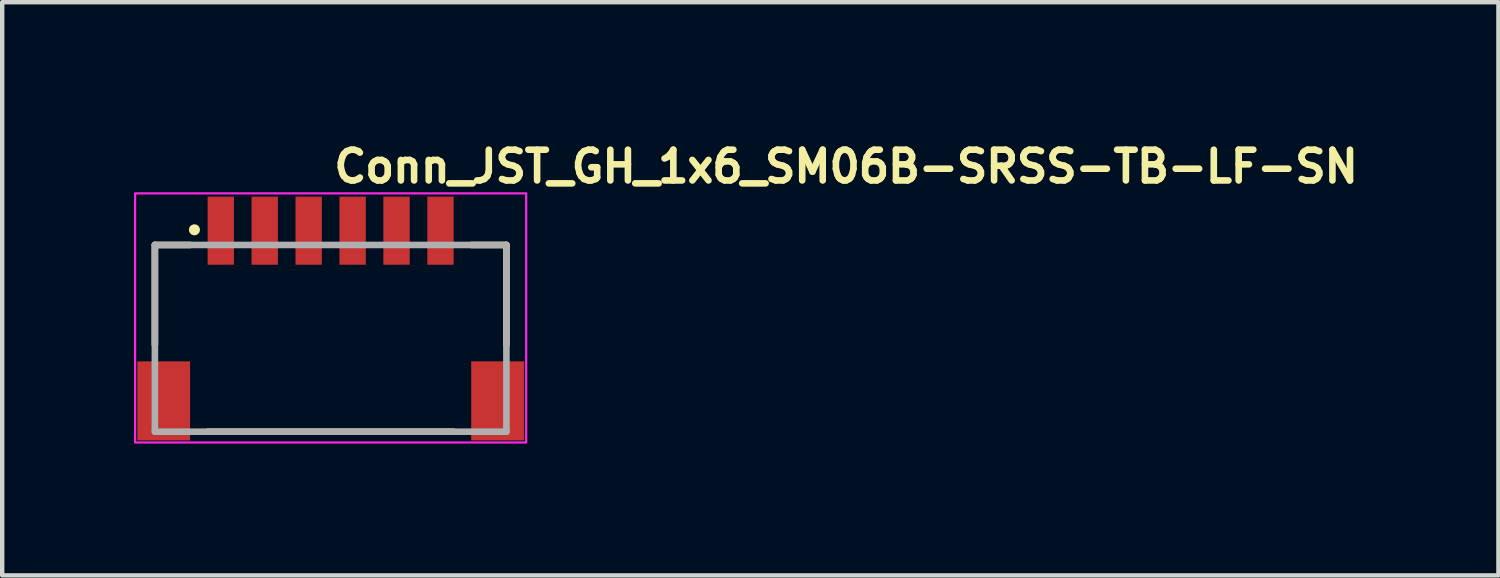
<source format=kicad_pcb>
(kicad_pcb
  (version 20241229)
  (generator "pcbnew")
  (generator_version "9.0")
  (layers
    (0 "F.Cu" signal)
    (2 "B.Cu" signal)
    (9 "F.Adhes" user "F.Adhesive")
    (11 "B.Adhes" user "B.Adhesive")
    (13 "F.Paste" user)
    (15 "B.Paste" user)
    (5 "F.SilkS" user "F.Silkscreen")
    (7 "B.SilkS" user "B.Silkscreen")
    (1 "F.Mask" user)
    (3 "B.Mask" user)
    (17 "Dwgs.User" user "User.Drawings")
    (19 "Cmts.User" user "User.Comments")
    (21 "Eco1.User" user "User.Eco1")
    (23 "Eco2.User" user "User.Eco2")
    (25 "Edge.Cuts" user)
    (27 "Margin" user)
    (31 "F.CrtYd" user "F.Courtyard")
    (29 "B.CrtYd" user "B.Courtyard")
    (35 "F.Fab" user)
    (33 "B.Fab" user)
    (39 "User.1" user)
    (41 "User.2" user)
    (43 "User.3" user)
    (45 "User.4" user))
  (footprint "Conn_JST_GH_1x6_SM06B-SRSS-TB-LF-SN"
    (layer "F.Cu")
    (at 4.475 4.3)
    (property "Reference" "Conn_JST_GH_1x6_SM06B-SRSS-TB-LF-SN" (at 0 -3.15 0) (layer "F.SilkS") (effects (font (size 0.7 0.7) (thickness 0.15)) (justify left bottom)))
    (attr smd)
    (fp_line (start -4 -1.775) (end -4 0.5) (stroke (width 0.15) (type solid)) (layer "F.SilkS"))
    (fp_line (start -3.2 -1.775) (end -4 -1.775) (stroke (width 0.15) (type solid)) (layer "F.SilkS"))
    (fp_line (start -2.799 2.475) (end 2.799 2.475) (stroke (width 0.15) (type solid)) (layer "F.SilkS"))
    (fp_line (start 3.2 -1.775) (end 4 -1.775) (stroke (width 0.15) (type solid)) (layer "F.SilkS"))
    (fp_line (start 4 -1.775) (end 4 0.5) (stroke (width 0.15) (type solid)) (layer "F.SilkS"))
    (fp_circle (center -3.1 -2.12) (end -3.05 -2.12) (stroke (width 0.15) (type solid)) (fill yes) (layer "F.SilkS"))
    (fp_rect (start -4.45 -2.95) (end 4.45 2.72) (stroke (width 0.05) (type solid)) (fill no) (layer "F.CrtYd"))
    (fp_line (start -4 -1.775) (end 4 -1.775) (stroke (width 0.15) (type solid)) (layer "F.Fab"))
    (fp_line (start -4 2.475) (end -4 -1.775) (stroke (width 0.15) (type solid)) (layer "F.Fab"))
    (fp_line (start 4 -1.775) (end 4 2.475) (stroke (width 0.15) (type solid)) (layer "F.Fab"))
    (fp_line (start 4 2.475) (end -4 2.475) (stroke (width 0.15) (type solid)) (layer "F.Fab"))
    (fp_rect (start -4 -2.475) (end 4 2.475) (stroke (width 0.1) (type solid)) (fill no) (layer "User.5"))
    (fp_line (start -4 -1.775) (end -4 -1.175) (stroke (width 0.02) (type solid)) (layer "User.9"))
    (fp_line (start -4 -1.175) (end -4 -1.125) (stroke (width 0.02) (type solid)) (layer "User.9"))
    (fp_line (start -4 -1.125) (end -4 -0.525) (stroke (width 0.02) (type solid)) (layer "User.9"))
    (fp_line (start -4 -0.326) (end -4 -0.525) (stroke (width 0.02) (type solid)) (layer "User.9"))
    (fp_line (start -4 -0.326) (end -3.9 -0.275) (stroke (width 0.02) (type solid)) (layer "User.9"))
    (fp_line (start -4 2.475) (end -4 -0.326) (stroke (width 0.02) (type solid)) (layer "User.9"))
    (fp_line (start -3.9 -0.275) (end -3.9 2.475) (stroke (width 0.02) (type solid)) (layer "User.9"))
    (fp_line (start -3.9 2.475) (end -4 2.475) (stroke (width 0.02) (type solid)) (layer "User.9"))
    (fp_line (start -3.7 -1.175) (end -4 -1.175) (stroke (width 0.02) (type solid)) (layer "User.9"))
    (fp_line (start -3.7 -1.125) (end -4 -1.125) (stroke (width 0.02) (type solid)) (layer "User.9"))
    (fp_line (start -3.7 -1.125) (end -3.7 -1.175) (stroke (width 0.02) (type solid)) (layer "User.9"))
    (fp_line (start -3.7 -0.525) (end -4 -0.525) (stroke (width 0.02) (type solid)) (layer "User.9"))
    (fp_line (start -3.7 -0.525) (end -3.7 -1.125) (stroke (width 0.02) (type solid)) (layer "User.9"))
    (fp_line (start -3.7 -0.525) (end -3.7 -0.275) (stroke (width 0.02) (type solid)) (layer "User.9"))
    (fp_line (start -3.7 -0.275) (end -3.9 -0.275) (stroke (width 0.02) (type solid)) (layer "User.9"))
    (fp_line (start -3.5 -1.775) (end -4 -1.775) (stroke (width 0.02) (type solid)) (layer "User.9"))
    (fp_line (start -3.5 -1.775) (end -3.5 -1.175) (stroke (width 0.02) (type solid)) (layer "User.9"))
    (fp_line (start -3.5 -1.775) (end -2.725 -1.775) (stroke (width 0.02) (type solid)) (layer "User.9"))
    (fp_line (start -3.5 -1.175) (end -3.45 -1.175) (stroke (width 0.02) (type solid)) (layer "User.9"))
    (fp_line (start -3.5 -0.275) (end -3.5 -1.175) (stroke (width 0.02) (type solid)) (layer "User.9"))
    (fp_line (start -3.45 -1.175) (end -3.45 -0.275) (stroke (width 0.02) (type solid)) (layer "User.9"))
    (fp_line (start -3.45 -0.275) (end -3.7 -0.275) (stroke (width 0.02) (type solid)) (layer "User.9"))
    (fp_line (start -2.575 -2.475) (end -2.575 -2.425) (stroke (width 0.02) (type solid)) (layer "User.9"))
    (fp_line (start -2.575 -2.475) (end -2.424 -2.475) (stroke (width 0.02) (type solid)) (layer "User.9"))
    (fp_line (start -2.575 -2.425) (end -2.575 -2) (stroke (width 0.02) (type solid)) (layer "User.9"))
    (fp_line (start -2.575 -2) (end -2.575 -1.626) (stroke (width 0.02) (type solid)) (layer "User.9"))
    (fp_line (start -2.575 -2) (end -2.424 -2) (stroke (width 0.02) (type solid)) (layer "User.9"))
    (fp_line (start -2.575 -1.626) (end -2.725 -1.775) (stroke (width 0.02) (type solid)) (layer "User.9"))
    (fp_line (start -2.575 -1.626) (end -2.575 -1.175) (stroke (width 0.02) (type solid)) (layer "User.9"))
    (fp_line (start -2.575 -1.175) (end -2.575 -1.626) (stroke (width 0.02) (type solid)) (layer "User.9"))
    (fp_line (start -2.424 -2.475) (end -2.424 -2.425) (stroke (width 0.02) (type solid)) (layer "User.9"))
    (fp_line (start -2.424 -2.425) (end -2.424 -2) (stroke (width 0.02) (type solid)) (layer "User.9"))
    (fp_line (start -2.424 -2) (end -2.424 -1.626) (stroke (width 0.02) (type solid)) (layer "User.9"))
    (fp_line (start -2.424 -1.626) (end -2.575 -1.626) (stroke (width 0.02) (type solid)) (layer "User.9"))
    (fp_line (start -2.424 -1.626) (end -2.424 -1.175) (stroke (width 0.02) (type solid)) (layer "User.9"))
    (fp_line (start -2.424 -1.175) (end -2.424 -1.626) (stroke (width 0.02) (type solid)) (layer "User.9"))
    (fp_line (start -2.275 -1.775) (end -2.424 -1.626) (stroke (width 0.02) (type solid)) (layer "User.9"))
    (fp_line (start -2.275 -1.775) (end -1.725 -1.775) (stroke (width 0.02) (type solid)) (layer "User.9"))
    (fp_line (start -1.575 -2.475) (end -1.575 -2.425) (stroke (width 0.02) (type solid)) (layer "User.9"))
    (fp_line (start -1.575 -2.475) (end -1.425 -2.475) (stroke (width 0.02) (type solid)) (layer "User.9"))
    (fp_line (start -1.575 -2.425) (end -1.575 -2) (stroke (width 0.02) (type solid)) (layer "User.9"))
    (fp_line (start -1.575 -2) (end -1.575 -1.626) (stroke (width 0.02) (type solid)) (layer "User.9"))
    (fp_line (start -1.575 -2) (end -1.425 -2) (stroke (width 0.02) (type solid)) (layer "User.9"))
    (fp_line (start -1.575 -1.626) (end -1.725 -1.775) (stroke (width 0.02) (type solid)) (layer "User.9"))
    (fp_line (start -1.575 -1.626) (end -1.575 -1.175) (stroke (width 0.02) (type solid)) (layer "User.9"))
    (fp_line (start -1.575 -1.175) (end -1.575 -1.626) (stroke (width 0.02) (type solid)) (layer "User.9"))
    (fp_line (start -1.425 -2.475) (end -1.425 -2.425) (stroke (width 0.02) (type solid)) (layer "User.9"))
    (fp_line (start -1.425 -2.425) (end -1.425 -2) (stroke (width 0.02) (type solid)) (layer "User.9"))
    (fp_line (start -1.425 -2) (end -1.425 -1.626) (stroke (width 0.02) (type solid)) (layer "User.9"))
    (fp_line (start -1.425 -1.626) (end -1.575 -1.626) (stroke (width 0.02) (type solid)) (layer "User.9"))
    (fp_line (start -1.425 -1.626) (end -1.425 -1.175) (stroke (width 0.02) (type solid)) (layer "User.9"))
    (fp_line (start -1.425 -1.175) (end -1.425 -1.626) (stroke (width 0.02) (type solid)) (layer "User.9"))
    (fp_line (start -1.274 -1.775) (end -1.425 -1.626) (stroke (width 0.02) (type solid)) (layer "User.9"))
    (fp_line (start -1.274 -1.775) (end -0.725 -1.775) (stroke (width 0.02) (type solid)) (layer "User.9"))
    (fp_line (start -0.725 -1.775) (end -0.575 -1.626) (stroke (width 0.02) (type solid)) (layer "User.9"))
    (fp_line (start -0.575 -2.475) (end -0.575 -2.425) (stroke (width 0.02) (type solid)) (layer "User.9"))
    (fp_line (start -0.575 -2.475) (end -0.425 -2.475) (stroke (width 0.02) (type solid)) (layer "User.9"))
    (fp_line (start -0.575 -2.425) (end -0.575 -2) (stroke (width 0.02) (type solid)) (layer "User.9"))
    (fp_line (start -0.575 -2) (end -0.575 -1.626) (stroke (width 0.02) (type solid)) (layer "User.9"))
    (fp_line (start -0.575 -2) (end -0.425 -2) (stroke (width 0.02) (type solid)) (layer "User.9"))
    (fp_line (start -0.575 -1.626) (end -0.575 -1.175) (stroke (width 0.02) (type solid)) (layer "User.9"))
    (fp_line (start -0.575 -1.626) (end -0.575 -1.175) (stroke (width 0.02) (type solid)) (layer "User.9"))
    (fp_line (start -0.425 -2.475) (end -0.425 -2.425) (stroke (width 0.02) (type solid)) (layer "User.9"))
    (fp_line (start -0.425 -2.425) (end -0.425 -2) (stroke (width 0.02) (type solid)) (layer "User.9"))
    (fp_line (start -0.425 -2) (end -0.425 -1.626) (stroke (width 0.02) (type solid)) (layer "User.9"))
    (fp_line (start -0.425 -1.626) (end -0.575 -1.626) (stroke (width 0.02) (type solid)) (layer "User.9"))
    (fp_line (start -0.425 -1.626) (end -0.275 -1.775) (stroke (width 0.02) (type solid)) (layer "User.9"))
    (fp_line (start -0.425 -1.175) (end -0.425 -1.626) (stroke (width 0.02) (type solid)) (layer "User.9"))
    (fp_line (start -0.425 -1.175) (end -0.425 -1.626) (stroke (width 0.02) (type solid)) (layer "User.9"))
    (fp_line (start -0.275 -1.775) (end 0.275 -1.775) (stroke (width 0.02) (type solid)) (layer "User.9"))
    (fp_line (start 0.275 -1.775) (end 0.425 -1.626) (stroke (width 0.02) (type solid)) (layer "User.9"))
    (fp_line (start 0.425 -2.475) (end 0.425 -2.425) (stroke (width 0.02) (type solid)) (layer "User.9"))
    (fp_line (start 0.425 -2.475) (end 0.575 -2.475) (stroke (width 0.02) (type solid)) (layer "User.9"))
    (fp_line (start 0.425 -2.425) (end 0.425 -2) (stroke (width 0.02) (type solid)) (layer "User.9"))
    (fp_line (start 0.425 -2) (end 0.425 -1.626) (stroke (width 0.02) (type solid)) (layer "User.9"))
    (fp_line (start 0.425 -2) (end 0.575 -2) (stroke (width 0.02) (type solid)) (layer "User.9"))
    (fp_line (start 0.425 -1.626) (end 0.425 -1.175) (stroke (width 0.02) (type solid)) (layer "User.9"))
    (fp_line (start 0.425 -1.626) (end 0.425 -1.175) (stroke (width 0.02) (type solid)) (layer "User.9"))
    (fp_line (start 0.575 -2.475) (end 0.575 -2.425) (stroke (width 0.02) (type solid)) (layer "User.9"))
    (fp_line (start 0.575 -2.425) (end 0.575 -2) (stroke (width 0.02) (type solid)) (layer "User.9"))
    (fp_line (start 0.575 -2) (end 0.575 -1.626) (stroke (width 0.02) (type solid)) (layer "User.9"))
    (fp_line (start 0.575 -1.626) (end 0.425 -1.626) (stroke (width 0.02) (type solid)) (layer "User.9"))
    (fp_line (start 0.575 -1.626) (end 0.725 -1.775) (stroke (width 0.02) (type solid)) (layer "User.9"))
    (fp_line (start 0.575 -1.175) (end 0.575 -1.626) (stroke (width 0.02) (type solid)) (layer "User.9"))
    (fp_line (start 0.575 -1.175) (end 0.575 -1.626) (stroke (width 0.02) (type solid)) (layer "User.9"))
    (fp_line (start 0.725 -1.775) (end 1.274 -1.775) (stroke (width 0.02) (type solid)) (layer "User.9"))
    (fp_line (start 1.425 -2.475) (end 1.425 -2.425) (stroke (width 0.02) (type solid)) (layer "User.9"))
    (fp_line (start 1.425 -2.475) (end 1.575 -2.475) (stroke (width 0.02) (type solid)) (layer "User.9"))
    (fp_line (start 1.425 -2.425) (end 1.425 -2) (stroke (width 0.02) (type solid)) (layer "User.9"))
    (fp_line (start 1.425 -2) (end 1.425 -1.626) (stroke (width 0.02) (type solid)) (layer "User.9"))
    (fp_line (start 1.425 -2) (end 1.575 -2) (stroke (width 0.02) (type solid)) (layer "User.9"))
    (fp_line (start 1.425 -1.626) (end 1.274 -1.775) (stroke (width 0.02) (type solid)) (layer "User.9"))
    (fp_line (start 1.425 -1.626) (end 1.425 -1.175) (stroke (width 0.02) (type solid)) (layer "User.9"))
    (fp_line (start 1.425 -1.175) (end 1.425 -1.626) (stroke (width 0.02) (type solid)) (layer "User.9"))
    (fp_line (start 1.575 -2.475) (end 1.575 -2.425) (stroke (width 0.02) (type solid)) (layer "User.9"))
    (fp_line (start 1.575 -2.425) (end 1.575 -2) (stroke (width 0.02) (type solid)) (layer "User.9"))
    (fp_line (start 1.575 -2) (end 1.575 -1.626) (stroke (width 0.02) (type solid)) (layer "User.9"))
    (fp_line (start 1.575 -1.626) (end 1.425 -1.626) (stroke (width 0.02) (type solid)) (layer "User.9"))
    (fp_line (start 1.575 -1.626) (end 1.575 -1.175) (stroke (width 0.02) (type solid)) (layer "User.9"))
    (fp_line (start 1.575 -1.175) (end 1.575 -1.626) (stroke (width 0.02) (type solid)) (layer "User.9"))
    (fp_line (start 1.725 -1.775) (end 1.575 -1.626) (stroke (width 0.02) (type solid)) (layer "User.9"))
    (fp_line (start 1.725 -1.775) (end 2.275 -1.775) (stroke (width 0.02) (type solid)) (layer "User.9"))
    (fp_line (start 2.424 -2.475) (end 2.424 -2.425) (stroke (width 0.02) (type solid)) (layer "User.9"))
    (fp_line (start 2.424 -2.475) (end 2.575 -2.475) (stroke (width 0.02) (type solid)) (layer "User.9"))
    (fp_line (start 2.424 -2.425) (end 2.424 -2) (stroke (width 0.02) (type solid)) (layer "User.9"))
    (fp_line (start 2.424 -2) (end 2.424 -1.626) (stroke (width 0.02) (type solid)) (layer "User.9"))
    (fp_line (start 2.424 -2) (end 2.575 -2) (stroke (width 0.02) (type solid)) (layer "User.9"))
    (fp_line (start 2.424 -1.626) (end 2.275 -1.775) (stroke (width 0.02) (type solid)) (layer "User.9"))
    (fp_line (start 2.424 -1.626) (end 2.424 -1.175) (stroke (width 0.02) (type solid)) (layer "User.9"))
    (fp_line (start 2.424 -1.175) (end 2.424 -1.626) (stroke (width 0.02) (type solid)) (layer "User.9"))
    (fp_line (start 2.575 -2.475) (end 2.575 -2.425) (stroke (width 0.02) (type solid)) (layer "User.9"))
    (fp_line (start 2.575 -2.425) (end 2.575 -2) (stroke (width 0.02) (type solid)) (layer "User.9"))
    (fp_line (start 2.575 -2) (end 2.575 -1.626) (stroke (width 0.02) (type solid)) (layer "User.9"))
    (fp_line (start 2.575 -1.626) (end 2.424 -1.626) (stroke (width 0.02) (type solid)) (layer "User.9"))
    (fp_line (start 2.575 -1.626) (end 2.575 -1.175) (stroke (width 0.02) (type solid)) (layer "User.9"))
    (fp_line (start 2.575 -1.175) (end 2.575 -1.626) (stroke (width 0.02) (type solid)) (layer "User.9"))
    (fp_line (start 2.725 -1.775) (end 2.575 -1.626) (stroke (width 0.02) (type solid)) (layer "User.9"))
    (fp_line (start 2.725 -1.775) (end 3.5 -1.775) (stroke (width 0.02) (type solid)) (layer "User.9"))
    (fp_line (start 3.45 -1.175) (end -3.45 -1.175) (stroke (width 0.02) (type solid)) (layer "User.9"))
    (fp_line (start 3.45 -1.175) (end 3.5 -1.175) (stroke (width 0.02) (type solid)) (layer "User.9"))
    (fp_line (start 3.45 -0.275) (end 3.45 -1.175) (stroke (width 0.02) (type solid)) (layer "User.9"))
    (fp_line (start 3.45 -0.275) (end 3.7 -0.275) (stroke (width 0.02) (type solid)) (layer "User.9"))
    (fp_line (start 3.5 -1.775) (end 4 -1.775) (stroke (width 0.02) (type solid)) (layer "User.9"))
    (fp_line (start 3.5 -1.175) (end 3.5 -1.775) (stroke (width 0.02) (type solid)) (layer "User.9"))
    (fp_line (start 3.5 -1.175) (end 3.5 -0.275) (stroke (width 0.02) (type solid)) (layer "User.9"))
    (fp_line (start 3.7 -1.175) (end 4 -1.175) (stroke (width 0.02) (type solid)) (layer "User.9"))
    (fp_line (start 3.7 -1.125) (end 3.7 -1.175) (stroke (width 0.02) (type solid)) (layer "User.9"))
    (fp_line (start 3.7 -1.125) (end 4 -1.125) (stroke (width 0.02) (type solid)) (layer "User.9"))
    (fp_line (start 3.7 -0.525) (end 3.7 -1.125) (stroke (width 0.02) (type solid)) (layer "User.9"))
    (fp_line (start 3.7 -0.525) (end 3.7 -0.275) (stroke (width 0.02) (type solid)) (layer "User.9"))
    (fp_line (start 3.7 -0.525) (end 4 -0.525) (stroke (width 0.02) (type solid)) (layer "User.9"))
    (fp_line (start 3.7 -0.275) (end 3.9 -0.275) (stroke (width 0.02) (type solid)) (layer "User.9"))
    (fp_line (start 3.9 -0.275) (end 4 -0.326) (stroke (width 0.02) (type solid)) (layer "User.9"))
    (fp_line (start 3.9 2.475) (end -3.9 2.475) (stroke (width 0.02) (type solid)) (layer "User.9"))
    (fp_line (start 3.9 2.475) (end 3.9 -0.275) (stroke (width 0.02) (type solid)) (layer "User.9"))
    (fp_line (start 4 -1.775) (end 4 -1.175) (stroke (width 0.02) (type solid)) (layer "User.9"))
    (fp_line (start 4 -1.175) (end 4 -1.125) (stroke (width 0.02) (type solid)) (layer "User.9"))
    (fp_line (start 4 -1.125) (end 4 -0.525) (stroke (width 0.02) (type solid)) (layer "User.9"))
    (fp_line (start 4 -0.326) (end 4 -0.525) (stroke (width 0.02) (type solid)) (layer "User.9"))
    (fp_line (start 4 -0.326) (end 4 2.475) (stroke (width 0.02) (type solid)) (layer "User.9"))
    (fp_line (start 4 2.475) (end 3.9 2.475) (stroke (width 0.02) (type solid)) (layer "User.9"))
    (pad "1" smd rect (at -2.5 -2.1 180) (size 0.6 1.55) (layers "F.Cu" "F.Mask" "F.Paste"))
    (pad "2" smd rect (at -1.5 -2.1 180) (size 0.6 1.55) (layers "F.Cu" "F.Mask" "F.Paste"))
    (pad "3" smd rect (at -0.5 -2.1 180) (size 0.6 1.55) (layers "F.Cu" "F.Mask" "F.Paste"))
    (pad "4" smd rect (at 0.5 -2.1 180) (size 0.6 1.55) (layers "F.Cu" "F.Mask" "F.Paste"))
    (pad "5" smd rect (at 1.5 -2.1 180) (size 0.6 1.55) (layers "F.Cu" "F.Mask" "F.Paste"))
    (pad "6" smd rect (at 2.5 -2.1 180) (size 0.6 1.55) (layers "F.Cu" "F.Mask" "F.Paste"))
    (pad "SH1" smd rect (at -3.799 1.774) (size 1.2 1.8) (layers "F.Cu" "F.Mask" "F.Paste"))
    (pad "SH2" smd rect (at 3.799 1.774) (size 1.2 1.8) (layers "F.Cu" "F.Mask" "F.Paste")))
  (gr_rect
    (start -3 -3)
    (end 31.052 10.045)
    (stroke (width 0.1) (type default))
    (fill no)
    (layer "Edge.Cuts")))
</source>
